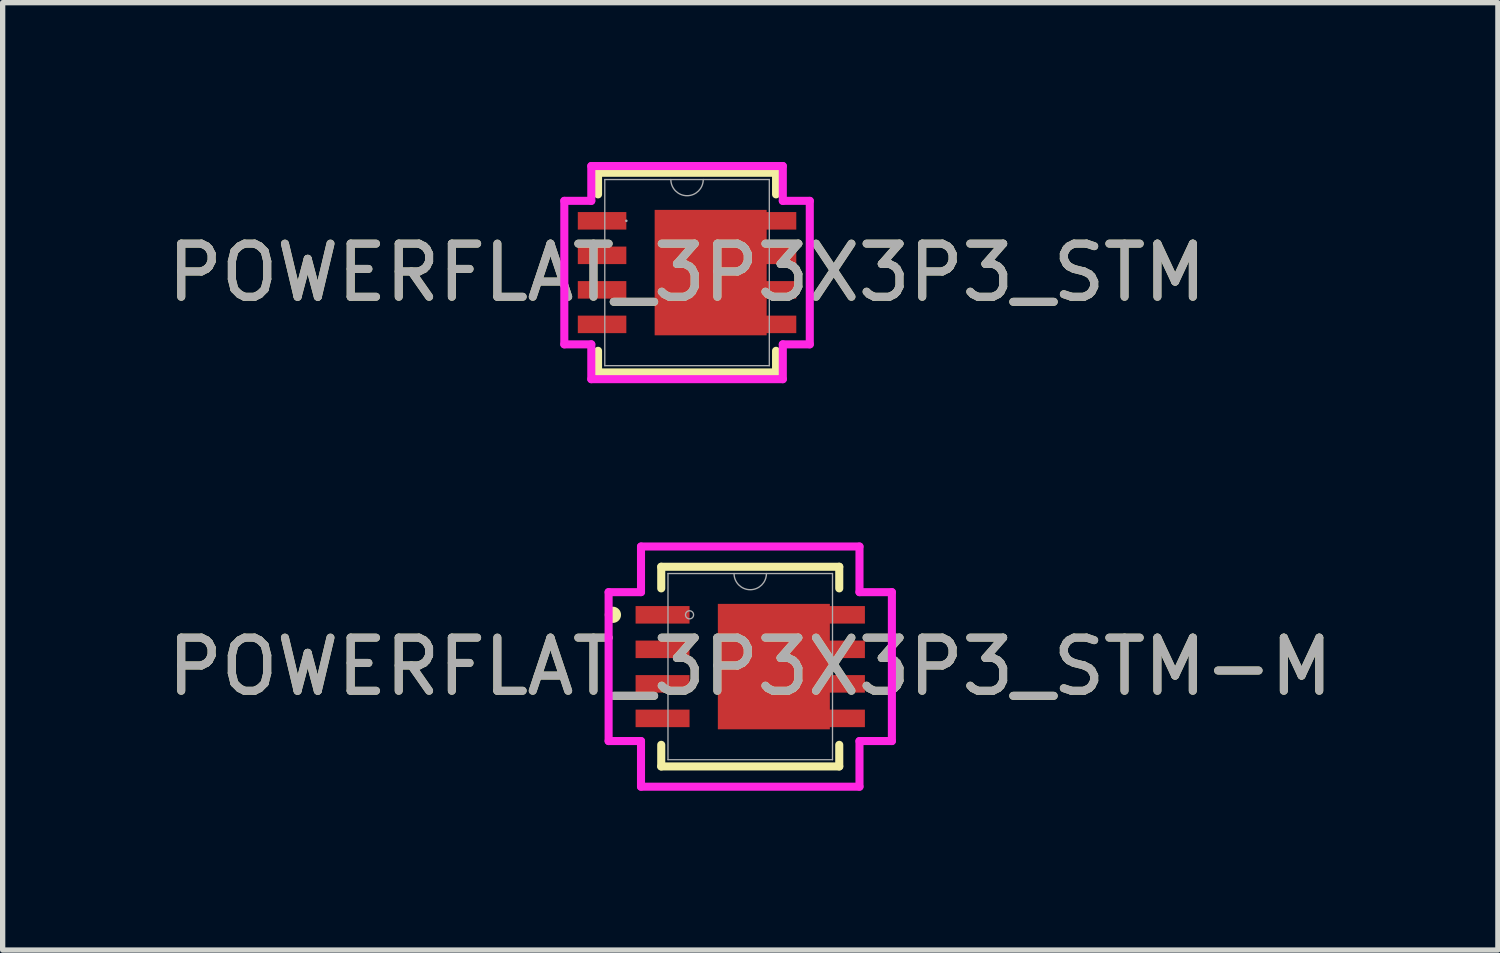
<source format=kicad_pcb>
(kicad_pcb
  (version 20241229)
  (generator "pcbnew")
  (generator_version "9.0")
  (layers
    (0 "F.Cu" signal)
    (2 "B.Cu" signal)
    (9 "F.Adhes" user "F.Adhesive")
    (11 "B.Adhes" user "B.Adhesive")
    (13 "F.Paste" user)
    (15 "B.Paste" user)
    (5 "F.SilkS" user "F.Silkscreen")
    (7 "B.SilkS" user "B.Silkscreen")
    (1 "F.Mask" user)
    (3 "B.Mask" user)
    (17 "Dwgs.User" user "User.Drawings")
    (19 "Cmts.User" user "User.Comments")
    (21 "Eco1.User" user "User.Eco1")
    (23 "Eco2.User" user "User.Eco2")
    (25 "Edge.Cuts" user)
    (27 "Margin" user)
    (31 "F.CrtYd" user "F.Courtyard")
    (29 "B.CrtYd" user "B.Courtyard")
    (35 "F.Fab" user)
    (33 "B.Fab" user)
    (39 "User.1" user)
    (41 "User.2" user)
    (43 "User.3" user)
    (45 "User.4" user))
  (footprint "POWERFLAT_3P3X3P3_STM"
    (layer "F.Cu")
    (at 9.887 2.083)
    (property "Reference" "POWERFLAT_3P3X3P3_STM" (at 0 0 0) (unlocked yes) (layer "F.SilkS") (effects (font (size 1 1) (thickness 0.15))))
    (attr smd)
    (fp_poly (pts (xy 1.499 -1.181) (xy -0.61 -1.181) (xy -0.61 1.181) (xy 1.499 1.181)) (stroke (width 0) (type solid)) (fill yes) (layer "F.Cu"))
    (fp_poly (pts (xy 1.499 -1.181) (xy -0.61 -1.181) (xy -0.61 1.181) (xy 1.499 1.181)) (stroke (width 0) (type solid)) (fill yes) (layer "F.Mask"))
    (fp_line (start -1.676 -1.88) (end -1.676 -1.473) (stroke (width 0.152) (type solid)) (layer "F.SilkS"))
    (fp_line (start -1.676 1.473) (end -1.676 1.88) (stroke (width 0.152) (type solid)) (layer "F.SilkS"))
    (fp_line (start -1.676 1.88) (end 1.676 1.88) (stroke (width 0.152) (type solid)) (layer "F.SilkS"))
    (fp_line (start 1.676 -1.88) (end -1.676 -1.88) (stroke (width 0.152) (type solid)) (layer "F.SilkS"))
    (fp_line (start 1.676 -1.473) (end 1.676 -1.88) (stroke (width 0.152) (type solid)) (layer "F.SilkS"))
    (fp_line (start 1.676 1.88) (end 1.676 1.473) (stroke (width 0.152) (type solid)) (layer "F.SilkS"))
    (fp_poly (pts (xy 1.499 -1.181) (xy -0.61 -1.181) (xy -0.61 1.181) (xy 1.499 1.181)) (stroke (width 0) (type solid)) (fill yes) (layer "F.Paste"))
    (fp_line (start -2.311 -1.351) (end -1.803 -1.351) (stroke (width 0.152) (type solid)) (layer "F.CrtYd"))
    (fp_line (start -2.311 1.351) (end -2.311 -1.351) (stroke (width 0.152) (type solid)) (layer "F.CrtYd"))
    (fp_line (start -2.311 1.351) (end -1.803 1.351) (stroke (width 0.152) (type solid)) (layer "F.CrtYd"))
    (fp_line (start -1.803 -2.007) (end 1.803 -2.007) (stroke (width 0.152) (type solid)) (layer "F.CrtYd"))
    (fp_line (start -1.803 -1.351) (end -1.803 -2.007) (stroke (width 0.152) (type solid)) (layer "F.CrtYd"))
    (fp_line (start -1.803 2.007) (end -1.803 1.351) (stroke (width 0.152) (type solid)) (layer "F.CrtYd"))
    (fp_line (start 1.803 -2.007) (end 1.803 -1.351) (stroke (width 0.152) (type solid)) (layer "F.CrtYd"))
    (fp_line (start 1.803 1.351) (end 1.803 2.007) (stroke (width 0.152) (type solid)) (layer "F.CrtYd"))
    (fp_line (start 1.803 2.007) (end -1.803 2.007) (stroke (width 0.152) (type solid)) (layer "F.CrtYd"))
    (fp_line (start 2.311 -1.351) (end 1.803 -1.351) (stroke (width 0.152) (type solid)) (layer "F.CrtYd"))
    (fp_line (start 2.311 -1.351) (end 2.311 1.351) (stroke (width 0.152) (type solid)) (layer "F.CrtYd"))
    (fp_line (start 2.311 1.351) (end 1.803 1.351) (stroke (width 0.152) (type solid)) (layer "F.CrtYd"))
    (fp_line (start -1.549 -1.753) (end -1.549 1.753) (stroke (width 0.025) (type solid)) (layer "F.Fab"))
    (fp_line (start -1.549 1.753) (end 1.549 1.753) (stroke (width 0.025) (type solid)) (layer "F.Fab"))
    (fp_line (start 1.549 -1.753) (end -1.549 -1.753) (stroke (width 0.025) (type solid)) (layer "F.Fab"))
    (fp_line (start 1.549 1.753) (end 1.549 -1.753) (stroke (width 0.025) (type solid)) (layer "F.Fab"))
    (fp_arc (start 0.3048 -1.7526) (mid 0 -1.4478) (end -0.3048 -1.7526) (stroke (width 0.0254) (type solid)) (layer "F.Fab"))
    (fp_circle (center -1.143 -0.975) (end -1.143 -0.975) (stroke (width 0.025) (type solid)) (fill no) (layer "F.Fab"))
    (fp_text user "${REFERENCE}" (at 0 0 0) (unlocked yes) (layer "F.Fab") (effects (font (size 1 1) (thickness 0.15))))
    (pad "1" smd rect (at -1.6 -0.975) (size 0.914 0.33) (layers "F.Cu" "F.Mask" "F.Paste"))
    (pad "2" smd rect (at -1.6 -0.325) (size 0.914 0.33) (layers "F.Cu" "F.Mask" "F.Paste"))
    (pad "3" smd rect (at -1.6 0.325) (size 0.914 0.33) (layers "F.Cu" "F.Mask" "F.Paste"))
    (pad "4" smd rect (at -1.6 0.975) (size 0.914 0.33) (layers "F.Cu" "F.Mask" "F.Paste"))
    (pad "5" smd rect (at 1.6 0.975) (size 0.914 0.33) (layers "F.Cu" "F.Mask" "F.Paste"))
    (pad "6" smd rect (at 1.6 0.325) (size 0.914 0.33) (layers "F.Cu" "F.Mask" "F.Paste"))
    (pad "7" smd rect (at 1.6 -0.325) (size 0.914 0.33) (layers "F.Cu" "F.Mask" "F.Paste"))
    (pad "8" smd rect (at 1.6 -0.975) (size 0.914 0.33) (layers "F.Cu" "F.Mask" "F.Paste")))
  (footprint "POWERFLAT_3P3X3P3_STM-M"
    (layer "F.Cu")
    (at 11.077 9.502)
    (property "Reference" "POWERFLAT_3P3X3P3_STM-M" (at 0 0 0) (unlocked yes) (layer "F.SilkS") (effects (font (size 1 1) (thickness 0.15))))
    (attr smd)
    (fp_poly (pts (xy 1.499 -1.181) (xy -0.61 -1.181) (xy -0.61 1.181) (xy 1.499 1.181)) (stroke (width 0) (type solid)) (fill yes) (layer "F.Cu"))
    (fp_poly (pts (xy 1.499 -1.181) (xy -0.61 -1.181) (xy -0.61 1.181) (xy 1.499 1.181)) (stroke (width 0) (type solid)) (fill yes) (layer "F.Mask"))
    (fp_line (start -1.676 -1.88) (end -1.676 -1.473) (stroke (width 0.152) (type solid)) (layer "F.SilkS"))
    (fp_line (start -1.676 1.473) (end -1.676 1.88) (stroke (width 0.152) (type solid)) (layer "F.SilkS"))
    (fp_line (start -1.676 1.88) (end 1.676 1.88) (stroke (width 0.152) (type solid)) (layer "F.SilkS"))
    (fp_line (start 1.676 -1.88) (end -1.676 -1.88) (stroke (width 0.152) (type solid)) (layer "F.SilkS"))
    (fp_line (start 1.676 -1.473) (end 1.676 -1.88) (stroke (width 0.152) (type solid)) (layer "F.SilkS"))
    (fp_line (start 1.676 1.88) (end 1.676 1.473) (stroke (width 0.152) (type solid)) (layer "F.SilkS"))
    (fp_circle (center -2.586 -0.975) (end -2.509 -0.975) (stroke (width 0.152) (type solid)) (fill no) (layer "F.SilkS"))
    (fp_poly (pts (xy 1.499 -1.181) (xy -0.61 -1.181) (xy -0.61 1.181) (xy 1.499 1.181)) (stroke (width 0) (type solid)) (fill yes) (layer "F.Paste"))
    (fp_line (start -2.667 -1.402) (end -2.057 -1.402) (stroke (width 0.152) (type solid)) (layer "F.CrtYd"))
    (fp_line (start -2.667 1.402) (end -2.667 -1.402) (stroke (width 0.152) (type solid)) (layer "F.CrtYd"))
    (fp_line (start -2.667 1.402) (end -2.057 1.402) (stroke (width 0.152) (type solid)) (layer "F.CrtYd"))
    (fp_line (start -2.057 -2.261) (end 2.057 -2.261) (stroke (width 0.152) (type solid)) (layer "F.CrtYd"))
    (fp_line (start -2.057 -1.402) (end -2.057 -2.261) (stroke (width 0.152) (type solid)) (layer "F.CrtYd"))
    (fp_line (start -2.057 2.261) (end -2.057 1.402) (stroke (width 0.152) (type solid)) (layer "F.CrtYd"))
    (fp_line (start 2.057 -2.261) (end 2.057 -1.402) (stroke (width 0.152) (type solid)) (layer "F.CrtYd"))
    (fp_line (start 2.057 1.402) (end 2.057 2.261) (stroke (width 0.152) (type solid)) (layer "F.CrtYd"))
    (fp_line (start 2.057 2.261) (end -2.057 2.261) (stroke (width 0.152) (type solid)) (layer "F.CrtYd"))
    (fp_line (start 2.667 -1.402) (end 2.057 -1.402) (stroke (width 0.152) (type solid)) (layer "F.CrtYd"))
    (fp_line (start 2.667 -1.402) (end 2.667 1.402) (stroke (width 0.152) (type solid)) (layer "F.CrtYd"))
    (fp_line (start 2.667 1.402) (end 2.057 1.402) (stroke (width 0.152) (type solid)) (layer "F.CrtYd"))
    (fp_line (start -1.549 -1.753) (end -1.549 1.753) (stroke (width 0.025) (type solid)) (layer "F.Fab"))
    (fp_line (start -1.549 1.753) (end 1.549 1.753) (stroke (width 0.025) (type solid)) (layer "F.Fab"))
    (fp_line (start 1.549 -1.753) (end -1.549 -1.753) (stroke (width 0.025) (type solid)) (layer "F.Fab"))
    (fp_line (start 1.549 1.753) (end 1.549 -1.753) (stroke (width 0.025) (type solid)) (layer "F.Fab"))
    (fp_arc (start 0.3048 -1.7526) (mid 0 -1.4478) (end -0.3048 -1.7526) (stroke (width 0.0254) (type solid)) (layer "F.Fab"))
    (fp_circle (center -1.143 -0.975) (end -1.067 -0.975) (stroke (width 0.025) (type solid)) (fill no) (layer "F.Fab"))
    (fp_text user "${REFERENCE}" (at 0 0 0) (unlocked yes) (layer "F.Fab") (effects (font (size 1 1) (thickness 0.15))))
    (pad "1" smd rect (at -1.651 -0.975) (size 1.016 0.33) (layers "F.Cu" "F.Mask" "F.Paste"))
    (pad "2" smd rect (at -1.651 -0.325) (size 1.016 0.33) (layers "F.Cu" "F.Mask" "F.Paste"))
    (pad "3" smd rect (at -1.651 0.325) (size 1.016 0.33) (layers "F.Cu" "F.Mask" "F.Paste"))
    (pad "4" smd rect (at -1.651 0.975) (size 1.016 0.33) (layers "F.Cu" "F.Mask" "F.Paste"))
    (pad "5" smd rect (at 1.651 0.975) (size 1.016 0.33) (layers "F.Cu" "F.Mask" "F.Paste"))
    (pad "6" smd rect (at 1.651 0.325) (size 1.016 0.33) (layers "F.Cu" "F.Mask" "F.Paste"))
    (pad "7" smd rect (at 1.651 -0.325) (size 1.016 0.33) (layers "F.Cu" "F.Mask" "F.Paste"))
    (pad "8" smd rect (at 1.651 -0.975) (size 1.016 0.33) (layers "F.Cu" "F.Mask" "F.Paste")))
  (gr_rect
    (start -3 -3)
    (end 25.155 14.839)
    (stroke (width 0.1) (type default))
    (fill no)
    (layer "Edge.Cuts")))
</source>
